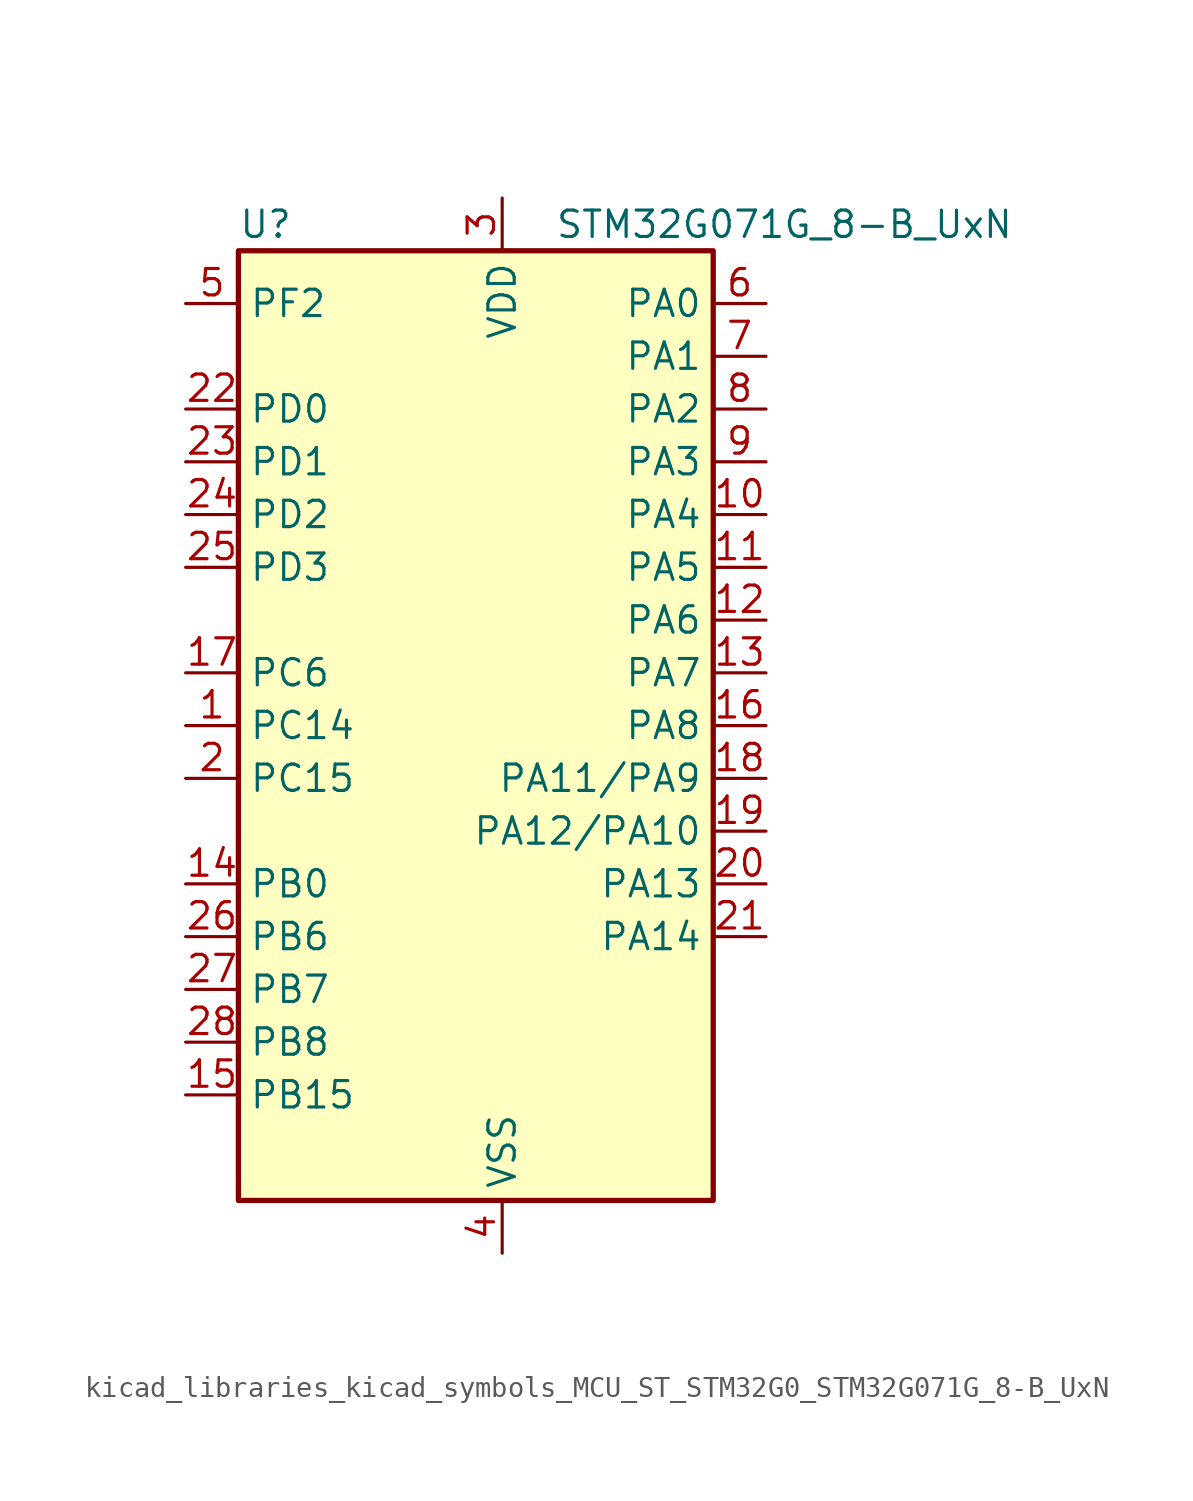
<source format=kicad_sym>
(kicad_symbol_lib
  (version 20220914)
  (generator kicad_symbol_editor)
  (symbol "kicad_libraries_kicad_symbols_MCU_ST_STM32G0_STM32G071G_8-B_UxN"
    (property "Reference" "U"
      (at -10.16 24.13 0)
      (effects (font (size 1.27 1.27)) (justify left)))
    (property "Value" "STM32G071G_8-B_UxN"
      (at 5.08 24.13 0)
      (effects (font (size 1.27 1.27)) (justify left)))
    (property "ki_locked" ""
      (at 0 0 0)
      (effects (font (size 1.27 1.27))))
    (symbol "kicad_libraries_kicad_symbols_MCU_ST_STM32G0_STM32G071G_8-B_UxN_0_1"
      (rectangle (start -10.16 -22.86) (end 12.7 22.86) (stroke (width 0.254) (type default)) (fill (type background))))
    (symbol "kicad_libraries_kicad_symbols_MCU_ST_STM32G0_STM32G071G_8-B_UxN_1_1"
      (pin bidirectional line (at -12.7 0 0) (length 2.54) (name "PC14" (effects (font (size 1.27 1.27)))) (number "1" (effects (font (size 1.27 1.27)))) (alternate "RCC_OSC32_IN" bidirectional line) (alternate "RCC_OSC_IN" bidirectional line) (alternate "TIM1_BK2" bidirectional line))
      (pin bidirectional line (at 15.24 10.16 180) (length 2.54) (name "PA4" (effects (font (size 1.27 1.27)))) (number "10" (effects (font (size 1.27 1.27)))) (alternate "ADC1_IN4" bidirectional line) (alternate "DAC1_OUT1" bidirectional line) (alternate "I2S1_WS" bidirectional line) (alternate "LPTIM2_OUT" bidirectional line) (alternate "RTC_OUT_ALARM" bidirectional line) (alternate "RTC_OUT_CALIB" bidirectional line) (alternate "RTC_TAMP_IN1" bidirectional line) (alternate "RTC_TS" bidirectional line) (alternate "SPI1_NSS" bidirectional line) (alternate "SPI2_MOSI" bidirectional line) (alternate "SYS_WKUP2" bidirectional line) (alternate "TIM14_CH1" bidirectional line) (alternate "UCPD2_FRSTX1" bidirectional line) (alternate "UCPD2_FRSTX2" bidirectional line))
      (pin bidirectional line (at 15.24 7.62 180) (length 2.54) (name "PA5" (effects (font (size 1.27 1.27)))) (number "11" (effects (font (size 1.27 1.27)))) (alternate "ADC1_IN5" bidirectional line) (alternate "CEC" bidirectional line) (alternate "DAC1_OUT2" bidirectional line) (alternate "I2S1_CK" bidirectional line) (alternate "LPTIM2_ETR" bidirectional line) (alternate "SPI1_SCK" bidirectional line) (alternate "TIM2_CH1" bidirectional line) (alternate "TIM2_ETR" bidirectional line) (alternate "UCPD1_FRSTX1" bidirectional line) (alternate "UCPD1_FRSTX2" bidirectional line) (alternate "USART3_TX" bidirectional line))
      (pin bidirectional line (at 15.24 5.08 180) (length 2.54) (name "PA6" (effects (font (size 1.27 1.27)))) (number "12" (effects (font (size 1.27 1.27)))) (alternate "ADC1_IN6" bidirectional line) (alternate "COMP1_OUT" bidirectional line) (alternate "I2S1_MCK" bidirectional line) (alternate "LPUART1_CTS" bidirectional line) (alternate "SPI1_MISO" bidirectional line) (alternate "TIM16_CH1" bidirectional line) (alternate "TIM1_BK" bidirectional line) (alternate "TIM3_CH1" bidirectional line) (alternate "USART3_CTS" bidirectional line) (alternate "USART3_NSS" bidirectional line))
      (pin bidirectional line (at 15.24 2.54 180) (length 2.54) (name "PA7" (effects (font (size 1.27 1.27)))) (number "13" (effects (font (size 1.27 1.27)))) (alternate "ADC1_IN7" bidirectional line) (alternate "COMP2_OUT" bidirectional line) (alternate "I2S1_SD" bidirectional line) (alternate "SPI1_MOSI" bidirectional line) (alternate "TIM14_CH1" bidirectional line) (alternate "TIM17_CH1" bidirectional line) (alternate "TIM1_CH1N" bidirectional line) (alternate "TIM3_CH2" bidirectional line) (alternate "UCPD1_FRSTX1" bidirectional line) (alternate "UCPD1_FRSTX2" bidirectional line))
      (pin bidirectional line (at -12.7 -7.62 0) (length 2.54) (name "PB0" (effects (font (size 1.27 1.27)))) (number "14" (effects (font (size 1.27 1.27)))) (alternate "ADC1_IN8" bidirectional line) (alternate "COMP1_OUT" bidirectional line) (alternate "I2S1_WS" bidirectional line) (alternate "LPTIM1_OUT" bidirectional line) (alternate "SPI1_NSS" bidirectional line) (alternate "TIM1_CH2N" bidirectional line) (alternate "TIM3_CH3" bidirectional line) (alternate "UCPD1_DBCC2" bidirectional line) (alternate "UCPD1_FRSTX1" bidirectional line) (alternate "UCPD1_FRSTX2" bidirectional line) (alternate "USART3_RX" bidirectional line))
      (pin bidirectional line (at -12.7 -17.78 0) (length 2.54) (name "PB15" (effects (font (size 1.27 1.27)))) (number "15" (effects (font (size 1.27 1.27)))) (alternate "RTC_REFIN" bidirectional line) (alternate "SPI2_MOSI" bidirectional line) (alternate "TIM15_CH1N" bidirectional line) (alternate "TIM15_CH2" bidirectional line) (alternate "TIM1_CH3N" bidirectional line) (alternate "UCPD1_CC2" bidirectional line))
      (pin bidirectional line (at 15.24 0 180) (length 2.54) (name "PA8" (effects (font (size 1.27 1.27)))) (number "16" (effects (font (size 1.27 1.27)))) (alternate "LPTIM2_OUT" bidirectional line) (alternate "RCC_MCO" bidirectional line) (alternate "SPI2_NSS" bidirectional line) (alternate "TIM1_CH1" bidirectional line) (alternate "UCPD1_CC1" bidirectional line))
      (pin bidirectional line (at -12.7 2.54 0) (length 2.54) (name "PC6" (effects (font (size 1.27 1.27)))) (number "17" (effects (font (size 1.27 1.27)))) (alternate "TIM2_CH3" bidirectional line) (alternate "TIM3_CH1" bidirectional line) (alternate "UCPD1_DBCC1" bidirectional line) (alternate "UCPD1_FRSTX1" bidirectional line) (alternate "UCPD1_FRSTX2" bidirectional line))
      (pin bidirectional line (at 15.24 -2.54 180) (length 2.54) (name "PA11/PA9" (effects (font (size 1.27 1.27)))) (number "18" (effects (font (size 1.27 1.27)))) (alternate "ADC1_EXTI11" bidirectional line) (alternate "COMP1_OUT" bidirectional line) (alternate "I2C2_SCL" bidirectional line) (alternate "I2S1_MCK" bidirectional line) (alternate "SPI1_MISO" bidirectional line) (alternate "TIM1_BK2" bidirectional line) (alternate "TIM1_CH4" bidirectional line) (alternate "USART1_CTS" bidirectional line) (alternate "USART1_NSS" bidirectional line))
      (pin bidirectional line (at 15.24 -5.08 180) (length 2.54) (name "PA12/PA10" (effects (font (size 1.27 1.27)))) (number "19" (effects (font (size 1.27 1.27)))) (alternate "COMP2_OUT" bidirectional line) (alternate "I2C2_SDA" bidirectional line) (alternate "I2S1_SD" bidirectional line) (alternate "I2S_CKIN" bidirectional line) (alternate "SPI1_MOSI" bidirectional line) (alternate "TIM1_ETR" bidirectional line) (alternate "USART1_CK" bidirectional line) (alternate "USART1_DE" bidirectional line) (alternate "USART1_RTS" bidirectional line))
      (pin bidirectional line (at -12.7 -2.54 0) (length 2.54) (name "PC15" (effects (font (size 1.27 1.27)))) (number "2" (effects (font (size 1.27 1.27)))) (alternate "RCC_OSC32_EN" bidirectional line) (alternate "RCC_OSC32_OUT" bidirectional line) (alternate "RCC_OSC_EN" bidirectional line) (alternate "TIM15_BK" bidirectional line))
      (pin bidirectional line (at 15.24 -7.62 180) (length 2.54) (name "PA13" (effects (font (size 1.27 1.27)))) (number "20" (effects (font (size 1.27 1.27)))) (alternate "IR_OUT" bidirectional line) (alternate "SYS_SWDIO" bidirectional line))
      (pin bidirectional line (at 15.24 -10.16 180) (length 2.54) (name "PA14" (effects (font (size 1.27 1.27)))) (number "21" (effects (font (size 1.27 1.27)))) (alternate "SYS_SWCLK" bidirectional line) (alternate "USART2_TX" bidirectional line))
      (pin bidirectional line (at -12.7 15.24 0) (length 2.54) (name "PD0" (effects (font (size 1.27 1.27)))) (number "22" (effects (font (size 1.27 1.27)))) (alternate "SPI2_NSS" bidirectional line) (alternate "TIM16_CH1" bidirectional line) (alternate "UCPD2_CC1" bidirectional line))
      (pin bidirectional line (at -12.7 12.7 0) (length 2.54) (name "PD1" (effects (font (size 1.27 1.27)))) (number "23" (effects (font (size 1.27 1.27)))) (alternate "SPI2_SCK" bidirectional line) (alternate "TIM17_CH1" bidirectional line) (alternate "UCPD2_DBCC1" bidirectional line))
      (pin bidirectional line (at -12.7 10.16 0) (length 2.54) (name "PD2" (effects (font (size 1.27 1.27)))) (number "24" (effects (font (size 1.27 1.27)))) (alternate "TIM1_CH1N" bidirectional line) (alternate "TIM3_ETR" bidirectional line) (alternate "UCPD2_CC2" bidirectional line) (alternate "USART3_CK" bidirectional line) (alternate "USART3_DE" bidirectional line) (alternate "USART3_RTS" bidirectional line))
      (pin bidirectional line (at -12.7 7.62 0) (length 2.54) (name "PD3" (effects (font (size 1.27 1.27)))) (number "25" (effects (font (size 1.27 1.27)))) (alternate "SPI2_MISO" bidirectional line) (alternate "TIM1_CH2N" bidirectional line) (alternate "UCPD2_DBCC2" bidirectional line) (alternate "USART2_CTS" bidirectional line) (alternate "USART2_NSS" bidirectional line))
      (pin bidirectional line (at -12.7 -10.16 0) (length 2.54) (name "PB6" (effects (font (size 1.27 1.27)))) (number "26" (effects (font (size 1.27 1.27)))) (alternate "COMP2_INP" bidirectional line) (alternate "I2C1_SCL" bidirectional line) (alternate "LPTIM1_ETR" bidirectional line) (alternate "SPI2_MISO" bidirectional line) (alternate "TIM16_CH1N" bidirectional line) (alternate "TIM1_CH3" bidirectional line) (alternate "USART1_TX" bidirectional line))
      (pin bidirectional line (at -12.7 -12.7 0) (length 2.54) (name "PB7" (effects (font (size 1.27 1.27)))) (number "27" (effects (font (size 1.27 1.27)))) (alternate "COMP2_INM" bidirectional line) (alternate "I2C1_SDA" bidirectional line) (alternate "LPTIM1_IN2" bidirectional line) (alternate "SPI2_MOSI" bidirectional line) (alternate "SYS_PVD_IN" bidirectional line) (alternate "TIM17_CH1N" bidirectional line) (alternate "USART1_RX" bidirectional line) (alternate "USART4_CTS" bidirectional line) (alternate "USART4_NSS" bidirectional line))
      (pin bidirectional line (at -12.7 -15.24 0) (length 2.54) (name "PB8" (effects (font (size 1.27 1.27)))) (number "28" (effects (font (size 1.27 1.27)))) (alternate "CEC" bidirectional line) (alternate "I2C1_SCL" bidirectional line) (alternate "SPI2_SCK" bidirectional line) (alternate "TIM15_BK" bidirectional line) (alternate "TIM16_CH1" bidirectional line) (alternate "USART3_TX" bidirectional line))
      (pin power_in line (at 2.54 25.4 270) (length 2.54) (name "VDD" (effects (font (size 1.27 1.27)))) (number "3" (effects (font (size 1.27 1.27)))))
      (pin power_in line (at 2.54 -25.4 90) (length 2.54) (name "VSS" (effects (font (size 1.27 1.27)))) (number "4" (effects (font (size 1.27 1.27)))))
      (pin bidirectional line (at -12.7 20.32 0) (length 2.54) (name "PF2" (effects (font (size 1.27 1.27)))) (number "5" (effects (font (size 1.27 1.27)))) (alternate "RCC_MCO" bidirectional line))
      (pin bidirectional line (at 15.24 20.32 180) (length 2.54) (name "PA0" (effects (font (size 1.27 1.27)))) (number "6" (effects (font (size 1.27 1.27)))) (alternate "ADC1_IN0" bidirectional line) (alternate "COMP1_INM" bidirectional line) (alternate "COMP1_OUT" bidirectional line) (alternate "LPTIM1_OUT" bidirectional line) (alternate "RTC_TAMP_IN2" bidirectional line) (alternate "SPI2_SCK" bidirectional line) (alternate "SYS_WKUP1" bidirectional line) (alternate "TIM2_CH1" bidirectional line) (alternate "TIM2_ETR" bidirectional line) (alternate "UCPD2_FRSTX1" bidirectional line) (alternate "UCPD2_FRSTX2" bidirectional line) (alternate "USART2_CTS" bidirectional line) (alternate "USART2_NSS" bidirectional line) (alternate "USART4_TX" bidirectional line))
      (pin bidirectional line (at 15.24 17.78 180) (length 2.54) (name "PA1" (effects (font (size 1.27 1.27)))) (number "7" (effects (font (size 1.27 1.27)))) (alternate "ADC1_IN1" bidirectional line) (alternate "COMP1_INP" bidirectional line) (alternate "I2C1_SMBA" bidirectional line) (alternate "I2S1_CK" bidirectional line) (alternate "SPI1_SCK" bidirectional line) (alternate "TIM15_CH1N" bidirectional line) (alternate "TIM2_CH2" bidirectional line) (alternate "USART2_CK" bidirectional line) (alternate "USART2_DE" bidirectional line) (alternate "USART2_RTS" bidirectional line) (alternate "USART4_RX" bidirectional line))
      (pin bidirectional line (at 15.24 15.24 180) (length 2.54) (name "PA2" (effects (font (size 1.27 1.27)))) (number "8" (effects (font (size 1.27 1.27)))) (alternate "ADC1_IN2" bidirectional line) (alternate "COMP2_INM" bidirectional line) (alternate "COMP2_OUT" bidirectional line) (alternate "I2S1_SD" bidirectional line) (alternate "LPUART1_TX" bidirectional line) (alternate "RCC_LSCO" bidirectional line) (alternate "SPI1_MOSI" bidirectional line) (alternate "SYS_WKUP4" bidirectional line) (alternate "TIM15_CH1" bidirectional line) (alternate "TIM2_CH3" bidirectional line) (alternate "UCPD1_FRSTX1" bidirectional line) (alternate "UCPD1_FRSTX2" bidirectional line) (alternate "USART2_TX" bidirectional line))
      (pin bidirectional line (at 15.24 12.7 180) (length 2.54) (name "PA3" (effects (font (size 1.27 1.27)))) (number "9" (effects (font (size 1.27 1.27)))) (alternate "ADC1_IN3" bidirectional line) (alternate "COMP2_INP" bidirectional line) (alternate "LPUART1_RX" bidirectional line) (alternate "SPI2_MISO" bidirectional line) (alternate "TIM15_CH2" bidirectional line) (alternate "TIM2_CH4" bidirectional line) (alternate "UCPD2_FRSTX1" bidirectional line) (alternate "UCPD2_FRSTX2" bidirectional line) (alternate "USART2_RX" bidirectional line)))))
</source>
